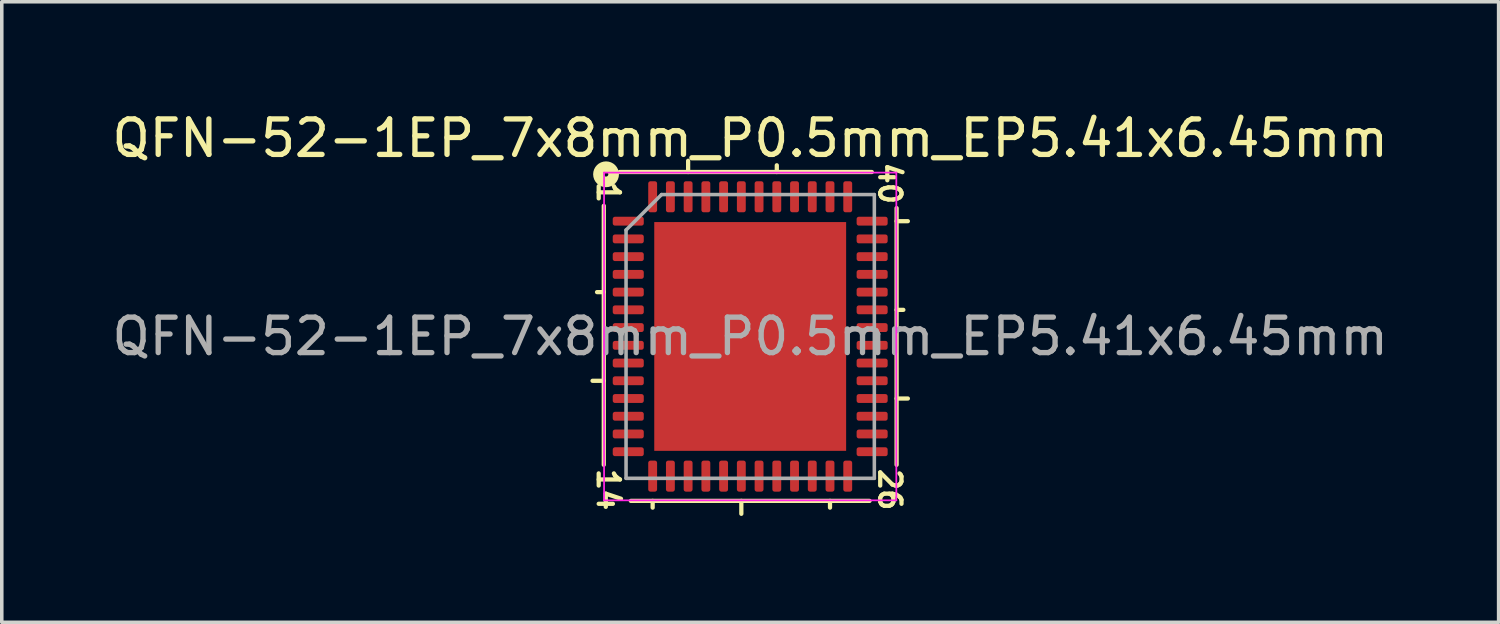
<source format=kicad_pcb>
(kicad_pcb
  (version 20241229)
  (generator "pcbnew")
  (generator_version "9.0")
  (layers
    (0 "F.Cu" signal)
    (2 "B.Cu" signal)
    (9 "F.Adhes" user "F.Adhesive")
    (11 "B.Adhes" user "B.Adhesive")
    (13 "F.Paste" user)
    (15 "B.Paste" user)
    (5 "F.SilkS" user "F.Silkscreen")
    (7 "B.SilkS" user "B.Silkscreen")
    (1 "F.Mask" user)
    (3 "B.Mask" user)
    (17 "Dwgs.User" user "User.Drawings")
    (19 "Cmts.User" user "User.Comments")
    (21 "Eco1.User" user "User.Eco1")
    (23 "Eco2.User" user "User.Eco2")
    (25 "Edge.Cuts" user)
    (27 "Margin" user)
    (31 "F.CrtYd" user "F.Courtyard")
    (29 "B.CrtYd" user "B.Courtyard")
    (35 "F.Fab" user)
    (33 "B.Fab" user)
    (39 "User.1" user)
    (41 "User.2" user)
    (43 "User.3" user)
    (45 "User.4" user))
  (footprint "QFN-52-1EP_7x8mm_P0.5mm_EP5.41x6.45mm"
    (layer "F.Cu")
    (at 18.101 6.436)
    (property "Reference" "QFN-52-1EP_7x8mm_P0.5mm_EP5.41x6.45mm" (at 0 -5.588 0) (layer "F.SilkS") (effects (font (size 1 1) (thickness 0.15))))
    (attr smd)
    (fp_line (start -4.128 -3.683) (end -4.128 3.619) (stroke (width 0.12) (type solid)) (layer "F.SilkS"))
    (fp_line (start -4.128 -1.25) (end -4.318 -1.25) (stroke (width 0.12) (type solid)) (layer "F.SilkS"))
    (fp_line (start -4.128 1.25) (end -4.445 1.25) (stroke (width 0.12) (type solid)) (layer "F.SilkS"))
    (fp_line (start -3.365 4.636) (end 3.365 4.636) (stroke (width 0.12) (type solid)) (layer "F.SilkS"))
    (fp_line (start -2.75 4.636) (end -2.75 4.826) (stroke (width 0.12) (type solid)) (layer "F.SilkS"))
    (fp_line (start -1.75 -4.636) (end -1.75 -4.953) (stroke (width 0.12) (type solid)) (layer "F.SilkS"))
    (fp_line (start -0.25 4.636) (end -0.25 5) (stroke (width 0.12) (type solid)) (layer "F.SilkS"))
    (fp_line (start 0.75 -4.636) (end 0.75 -4.826) (stroke (width 0.12) (type solid)) (layer "F.SilkS"))
    (fp_line (start 2.25 4.636) (end 2.25 4.826) (stroke (width 0.12) (type solid)) (layer "F.SilkS"))
    (fp_line (start 3.429 -4.636) (end -3.683 -4.636) (stroke (width 0.12) (type solid)) (layer "F.SilkS"))
    (fp_line (start 4.128 -3.25) (end 4.445 -3.25) (stroke (width 0.12) (type solid)) (layer "F.SilkS"))
    (fp_line (start 4.128 -0.75) (end 4.318 -0.75) (stroke (width 0.12) (type solid)) (layer "F.SilkS"))
    (fp_line (start 4.128 1.75) (end 4.445 1.75) (stroke (width 0.12) (type solid)) (layer "F.SilkS"))
    (fp_line (start 4.128 3.619) (end 4.128 -3.619) (stroke (width 0.12) (type solid)) (layer "F.SilkS"))
    (fp_circle (center -4.064 -4.572) (end -4 -4.572) (stroke (width 0.3) (type solid)) (fill no) (layer "F.SilkS"))
    (fp_line (start -4.12 -4.62) (end -4.12 4.62) (stroke (width 0.05) (type solid)) (layer "F.CrtYd"))
    (fp_line (start -4.12 4.62) (end 4.12 4.62) (stroke (width 0.05) (type solid)) (layer "F.CrtYd"))
    (fp_line (start 4.12 -4.62) (end -4.12 -4.62) (stroke (width 0.05) (type solid)) (layer "F.CrtYd"))
    (fp_line (start 4.12 4.62) (end 4.12 -4.62) (stroke (width 0.05) (type solid)) (layer "F.CrtYd"))
    (fp_line (start -3.5 -3) (end -2.5 -4) (stroke (width 0.1) (type solid)) (layer "F.Fab"))
    (fp_line (start -3.5 4) (end -3.5 -3) (stroke (width 0.1) (type solid)) (layer "F.Fab"))
    (fp_line (start -2.5 -4) (end 3.5 -4) (stroke (width 0.1) (type solid)) (layer "F.Fab"))
    (fp_line (start 3.5 -4) (end 3.5 4) (stroke (width 0.1) (type solid)) (layer "F.Fab"))
    (fp_line (start 3.5 4) (end -3.5 4) (stroke (width 0.1) (type solid)) (layer "F.Fab"))
    (fp_text user "1" (at -4 -4.064 270) (unlocked yes) (layer "F.SilkS") (effects (font (size 0.6 0.6) (thickness 0.12))))
    (fp_text user "14" (at -4 4.318 270) (unlocked yes) (layer "F.SilkS") (effects (font (size 0.6 0.6) (thickness 0.12))))
    (fp_text user "26" (at 3.937 4.318 270) (unlocked yes) (layer "F.SilkS") (effects (font (size 0.6 0.6) (thickness 0.12))))
    (fp_text user "40" (at 3.937 -4.318 270) (unlocked yes) (layer "F.SilkS") (effects (font (size 0.6 0.6) (thickness 0.12))))
    (fp_text user "${REFERENCE}" (at 0 0 0) (layer "F.Fab") (effects (font (size 1 1) (thickness 0.15))))
    (pad "" smd roundrect (at -2.025 -2.58) (size 1.09 1.04) (layers "F.Paste") (roundrect_rratio 0.24))
    (pad "" smd roundrect (at -2.025 -1.29) (size 1.09 1.04) (layers "F.Paste") (roundrect_rratio 0.24))
    (pad "" smd roundrect (at -2.025 0) (size 1.09 1.04) (layers "F.Paste") (roundrect_rratio 0.24))
    (pad "" smd roundrect (at -2.025 1.29) (size 1.09 1.04) (layers "F.Paste") (roundrect_rratio 0.24))
    (pad "" smd roundrect (at -2.025 2.58) (size 1.09 1.04) (layers "F.Paste") (roundrect_rratio 0.24))
    (pad "" smd roundrect (at -0.675 -2.58) (size 1.09 1.04) (layers "F.Paste") (roundrect_rratio 0.24))
    (pad "" smd roundrect (at -0.675 -1.29) (size 1.09 1.04) (layers "F.Paste") (roundrect_rratio 0.24))
    (pad "" smd roundrect (at -0.675 0) (size 1.09 1.04) (layers "F.Paste") (roundrect_rratio 0.24))
    (pad "" smd roundrect (at -0.675 1.29) (size 1.09 1.04) (layers "F.Paste") (roundrect_rratio 0.24))
    (pad "" smd roundrect (at -0.675 2.58) (size 1.09 1.04) (layers "F.Paste") (roundrect_rratio 0.24))
    (pad "" smd roundrect (at 0.675 -2.58) (size 1.09 1.04) (layers "F.Paste") (roundrect_rratio 0.24))
    (pad "" smd roundrect (at 0.675 -1.29) (size 1.09 1.04) (layers "F.Paste") (roundrect_rratio 0.24))
    (pad "" smd roundrect (at 0.675 0) (size 1.09 1.04) (layers "F.Paste") (roundrect_rratio 0.24))
    (pad "" smd roundrect (at 0.675 1.29) (size 1.09 1.04) (layers "F.Paste") (roundrect_rratio 0.24))
    (pad "" smd roundrect (at 0.675 2.58) (size 1.09 1.04) (layers "F.Paste") (roundrect_rratio 0.24))
    (pad "" smd roundrect (at 2.025 -2.58) (size 1.09 1.04) (layers "F.Paste") (roundrect_rratio 0.24))
    (pad "" smd roundrect (at 2.025 -1.29) (size 1.09 1.04) (layers "F.Paste") (roundrect_rratio 0.24))
    (pad "" smd roundrect (at 2.025 0) (size 1.09 1.04) (layers "F.Paste") (roundrect_rratio 0.24))
    (pad "" smd roundrect (at 2.025 1.29) (size 1.09 1.04) (layers "F.Paste") (roundrect_rratio 0.24))
    (pad "" smd roundrect (at 2.025 2.58) (size 1.09 1.04) (layers "F.Paste") (roundrect_rratio 0.24))
    (pad "1" smd roundrect (at -3.438 -3.25) (size 0.875 0.25) (layers "F.Cu" "F.Mask" "F.Paste") (roundrect_rratio 0.25))
    (pad "2" smd roundrect (at -3.438 -2.75) (size 0.875 0.25) (layers "F.Cu" "F.Mask" "F.Paste") (roundrect_rratio 0.25))
    (pad "3" smd roundrect (at -3.438 -2.25) (size 0.875 0.25) (layers "F.Cu" "F.Mask" "F.Paste") (roundrect_rratio 0.25))
    (pad "4" smd roundrect (at -3.438 -1.75) (size 0.875 0.25) (layers "F.Cu" "F.Mask" "F.Paste") (roundrect_rratio 0.25))
    (pad "5" smd roundrect (at -3.438 -1.25) (size 0.875 0.25) (layers "F.Cu" "F.Mask" "F.Paste") (roundrect_rratio 0.25))
    (pad "6" smd roundrect (at -3.438 -0.75) (size 0.875 0.25) (layers "F.Cu" "F.Mask" "F.Paste") (roundrect_rratio 0.25))
    (pad "7" smd roundrect (at -3.438 -0.25) (size 0.875 0.25) (layers "F.Cu" "F.Mask" "F.Paste") (roundrect_rratio 0.25))
    (pad "8" smd roundrect (at -3.438 0.25) (size 0.875 0.25) (layers "F.Cu" "F.Mask" "F.Paste") (roundrect_rratio 0.25))
    (pad "9" smd roundrect (at -3.438 0.75) (size 0.875 0.25) (layers "F.Cu" "F.Mask" "F.Paste") (roundrect_rratio 0.25))
    (pad "10" smd roundrect (at -3.438 1.25) (size 0.875 0.25) (layers "F.Cu" "F.Mask" "F.Paste") (roundrect_rratio 0.25))
    (pad "11" smd roundrect (at -3.438 1.75) (size 0.875 0.25) (layers "F.Cu" "F.Mask" "F.Paste") (roundrect_rratio 0.25))
    (pad "12" smd roundrect (at -3.438 2.25) (size 0.875 0.25) (layers "F.Cu" "F.Mask" "F.Paste") (roundrect_rratio 0.25))
    (pad "13" smd roundrect (at -3.438 2.75) (size 0.875 0.25) (layers "F.Cu" "F.Mask" "F.Paste") (roundrect_rratio 0.25))
    (pad "14" smd roundrect (at -3.438 3.25) (size 0.875 0.25) (layers "F.Cu" "F.Mask" "F.Paste") (roundrect_rratio 0.25))
    (pad "15" smd roundrect (at -2.75 3.938) (size 0.25 0.875) (layers "F.Cu" "F.Mask" "F.Paste") (roundrect_rratio 0.25))
    (pad "16" smd roundrect (at -2.25 3.938) (size 0.25 0.875) (layers "F.Cu" "F.Mask" "F.Paste") (roundrect_rratio 0.25))
    (pad "17" smd roundrect (at -1.75 3.938) (size 0.25 0.875) (layers "F.Cu" "F.Mask" "F.Paste") (roundrect_rratio 0.25))
    (pad "18" smd roundrect (at -1.25 3.938) (size 0.25 0.875) (layers "F.Cu" "F.Mask" "F.Paste") (roundrect_rratio 0.25))
    (pad "19" smd roundrect (at -0.75 3.938) (size 0.25 0.875) (layers "F.Cu" "F.Mask" "F.Paste") (roundrect_rratio 0.25))
    (pad "20" smd roundrect (at -0.25 3.938) (size 0.25 0.875) (layers "F.Cu" "F.Mask" "F.Paste") (roundrect_rratio 0.25))
    (pad "21" smd roundrect (at 0.25 3.938) (size 0.25 0.875) (layers "F.Cu" "F.Mask" "F.Paste") (roundrect_rratio 0.25))
    (pad "22" smd roundrect (at 0.75 3.938) (size 0.25 0.875) (layers "F.Cu" "F.Mask" "F.Paste") (roundrect_rratio 0.25))
    (pad "23" smd roundrect (at 1.25 3.938) (size 0.25 0.875) (layers "F.Cu" "F.Mask" "F.Paste") (roundrect_rratio 0.25))
    (pad "24" smd roundrect (at 1.75 3.938) (size 0.25 0.875) (layers "F.Cu" "F.Mask" "F.Paste") (roundrect_rratio 0.25))
    (pad "25" smd roundrect (at 2.25 3.938) (size 0.25 0.875) (layers "F.Cu" "F.Mask" "F.Paste") (roundrect_rratio 0.25))
    (pad "26" smd roundrect (at 2.75 3.938) (size 0.25 0.875) (layers "F.Cu" "F.Mask" "F.Paste") (roundrect_rratio 0.25))
    (pad "27" smd roundrect (at 3.438 3.25) (size 0.875 0.25) (layers "F.Cu" "F.Mask" "F.Paste") (roundrect_rratio 0.25))
    (pad "28" smd roundrect (at 3.438 2.75) (size 0.875 0.25) (layers "F.Cu" "F.Mask" "F.Paste") (roundrect_rratio 0.25))
    (pad "29" smd roundrect (at 3.438 2.25) (size 0.875 0.25) (layers "F.Cu" "F.Mask" "F.Paste") (roundrect_rratio 0.25))
    (pad "30" smd roundrect (at 3.438 1.75) (size 0.875 0.25) (layers "F.Cu" "F.Mask" "F.Paste") (roundrect_rratio 0.25))
    (pad "31" smd roundrect (at 3.438 1.25) (size 0.875 0.25) (layers "F.Cu" "F.Mask" "F.Paste") (roundrect_rratio 0.25))
    (pad "32" smd roundrect (at 3.438 0.75) (size 0.875 0.25) (layers "F.Cu" "F.Mask" "F.Paste") (roundrect_rratio 0.25))
    (pad "33" smd roundrect (at 3.438 0.25) (size 0.875 0.25) (layers "F.Cu" "F.Mask" "F.Paste") (roundrect_rratio 0.25))
    (pad "34" smd roundrect (at 3.438 -0.25) (size 0.875 0.25) (layers "F.Cu" "F.Mask" "F.Paste") (roundrect_rratio 0.25))
    (pad "35" smd roundrect (at 3.438 -0.75) (size 0.875 0.25) (layers "F.Cu" "F.Mask" "F.Paste") (roundrect_rratio 0.25))
    (pad "36" smd roundrect (at 3.438 -1.25) (size 0.875 0.25) (layers "F.Cu" "F.Mask" "F.Paste") (roundrect_rratio 0.25))
    (pad "37" smd roundrect (at 3.438 -1.75) (size 0.875 0.25) (layers "F.Cu" "F.Mask" "F.Paste") (roundrect_rratio 0.25))
    (pad "38" smd roundrect (at 3.438 -2.25) (size 0.875 0.25) (layers "F.Cu" "F.Mask" "F.Paste") (roundrect_rratio 0.25))
    (pad "39" smd roundrect (at 3.438 -2.75) (size 0.875 0.25) (layers "F.Cu" "F.Mask" "F.Paste") (roundrect_rratio 0.25))
    (pad "40" smd roundrect (at 3.438 -3.25) (size 0.875 0.25) (layers "F.Cu" "F.Mask" "F.Paste") (roundrect_rratio 0.25))
    (pad "41" smd roundrect (at 2.75 -3.938) (size 0.25 0.875) (layers "F.Cu" "F.Mask" "F.Paste") (roundrect_rratio 0.25))
    (pad "42" smd roundrect (at 2.25 -3.938) (size 0.25 0.875) (layers "F.Cu" "F.Mask" "F.Paste") (roundrect_rratio 0.25))
    (pad "43" smd roundrect (at 1.75 -3.938) (size 0.25 0.875) (layers "F.Cu" "F.Mask" "F.Paste") (roundrect_rratio 0.25))
    (pad "44" smd roundrect (at 1.25 -3.938) (size 0.25 0.875) (layers "F.Cu" "F.Mask" "F.Paste") (roundrect_rratio 0.25))
    (pad "45" smd roundrect (at 0.75 -3.938) (size 0.25 0.875) (layers "F.Cu" "F.Mask" "F.Paste") (roundrect_rratio 0.25))
    (pad "46" smd roundrect (at 0.25 -3.938) (size 0.25 0.875) (layers "F.Cu" "F.Mask" "F.Paste") (roundrect_rratio 0.25))
    (pad "47" smd roundrect (at -0.25 -3.938) (size 0.25 0.875) (layers "F.Cu" "F.Mask" "F.Paste") (roundrect_rratio 0.25))
    (pad "48" smd roundrect (at -0.75 -3.938) (size 0.25 0.875) (layers "F.Cu" "F.Mask" "F.Paste") (roundrect_rratio 0.25))
    (pad "49" smd roundrect (at -1.25 -3.938) (size 0.25 0.875) (layers "F.Cu" "F.Mask" "F.Paste") (roundrect_rratio 0.25))
    (pad "50" smd roundrect (at -1.75 -3.938) (size 0.25 0.875) (layers "F.Cu" "F.Mask" "F.Paste") (roundrect_rratio 0.25))
    (pad "51" smd roundrect (at -2.25 -3.938) (size 0.25 0.875) (layers "F.Cu" "F.Mask" "F.Paste") (roundrect_rratio 0.25))
    (pad "52" smd roundrect (at -2.75 -3.938) (size 0.25 0.875) (layers "F.Cu" "F.Mask" "F.Paste") (roundrect_rratio 0.25))
    (pad "53" smd rect (at 0 0) (size 5.41 6.45) (layers "F.Cu" "F.Mask")))
  (gr_rect
    (start -3 -3)
    (end 39.202 14.496)
    (stroke (width 0.1) (type default))
    (fill no)
    (layer "Edge.Cuts")))
</source>
